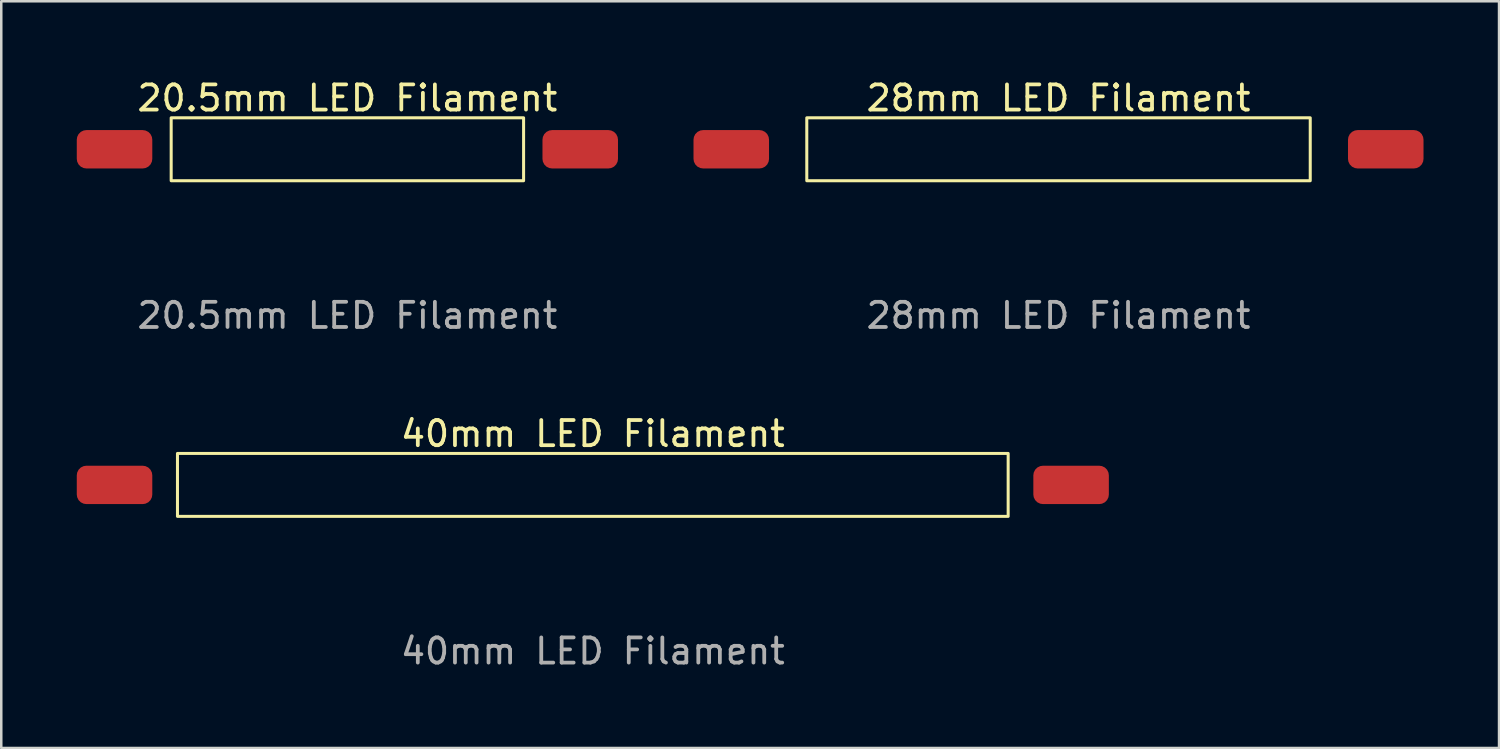
<source format=kicad_pcb>
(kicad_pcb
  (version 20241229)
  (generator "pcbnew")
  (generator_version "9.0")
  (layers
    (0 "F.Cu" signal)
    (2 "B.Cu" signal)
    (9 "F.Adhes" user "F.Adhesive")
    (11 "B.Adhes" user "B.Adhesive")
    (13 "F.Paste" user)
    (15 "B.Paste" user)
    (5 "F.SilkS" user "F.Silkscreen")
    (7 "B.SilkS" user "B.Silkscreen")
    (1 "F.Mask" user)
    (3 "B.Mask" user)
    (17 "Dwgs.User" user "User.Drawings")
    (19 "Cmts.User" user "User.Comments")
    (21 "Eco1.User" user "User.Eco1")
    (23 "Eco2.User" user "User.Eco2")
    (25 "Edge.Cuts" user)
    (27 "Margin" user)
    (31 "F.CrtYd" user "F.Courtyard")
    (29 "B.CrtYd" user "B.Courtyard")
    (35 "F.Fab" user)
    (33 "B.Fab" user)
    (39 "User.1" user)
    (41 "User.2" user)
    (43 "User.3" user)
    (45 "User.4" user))
  (footprint "20.5mm LED Filament"
    (layer "F.Cu")
    (at 10.75 2.88)
    (property "Reference" "20.5mm LED Filament" (at 0 -2.032 0) (unlocked yes) (layer "F.SilkS") (effects (font (size 1 1) (thickness 0.15))))
    (attr smd)
    (fp_rect (start -7 -1.25) (end 7 1.25) (stroke (width 0.12) (type solid)) (fill no) (layer "F.SilkS"))
    (fp_text user "${REFERENCE}" (at 0 6.604 0) (unlocked yes) (layer "F.Fab") (effects (font (size 1 1) (thickness 0.15))))
    (pad "1" smd roundrect (at -9.25 0) (size 3 1.524) (layers "F.Cu" "F.Mask" "F.Paste") (roundrect_rratio 0.25))
    (pad "2" smd roundrect (at 9.25 0) (size 3 1.524) (layers "F.Cu" "F.Mask" "F.Paste") (roundrect_rratio 0.25)))
  (footprint "28mm LED Filament"
    (layer "F.Cu")
    (at 39 2.88)
    (property "Reference" "28mm LED Filament" (at 0 -2.032 0) (unlocked yes) (layer "F.SilkS") (effects (font (size 1 1) (thickness 0.15))))
    (attr smd)
    (fp_rect (start -10 -1.25) (end 10 1.25) (stroke (width 0.12) (type solid)) (fill no) (layer "F.SilkS"))
    (fp_text user "${REFERENCE}" (at 0 6.604 0) (unlocked yes) (layer "F.Fab") (effects (font (size 1 1) (thickness 0.15))))
    (pad "1" smd roundrect (at -13 0) (size 3 1.524) (layers "F.Cu" "F.Mask" "F.Paste") (roundrect_rratio 0.25))
    (pad "2" smd roundrect (at 13 0) (size 3 1.524) (layers "F.Cu" "F.Mask" "F.Paste") (roundrect_rratio 0.25)))
  (footprint "40mm LED Filament"
    (layer "F.Cu")
    (at 20.5 16.213)
    (property "Reference" "40mm LED Filament" (at 0 -2.032 0) (unlocked yes) (layer "F.SilkS") (effects (font (size 1 1) (thickness 0.15))))
    (attr smd)
    (fp_rect (start -16.5 -1.25) (end 16.5 1.25) (stroke (width 0.12) (type solid)) (fill no) (layer "F.SilkS"))
    (fp_text user "${REFERENCE}" (at 0 6.604 0) (unlocked yes) (layer "F.Fab") (effects (font (size 1 1) (thickness 0.15))))
    (pad "1" smd roundrect (at -19 0) (size 3 1.524) (layers "F.Cu" "F.Mask" "F.Paste") (roundrect_rratio 0.25))
    (pad "2" smd roundrect (at 19 0) (size 3 1.524) (layers "F.Cu" "F.Mask" "F.Paste") (roundrect_rratio 0.25)))
  (gr_rect
    (start -3 -3)
    (end 56.5 26.665)
    (stroke (width 0.1) (type default))
    (fill no)
    (layer "Edge.Cuts")))
</source>
